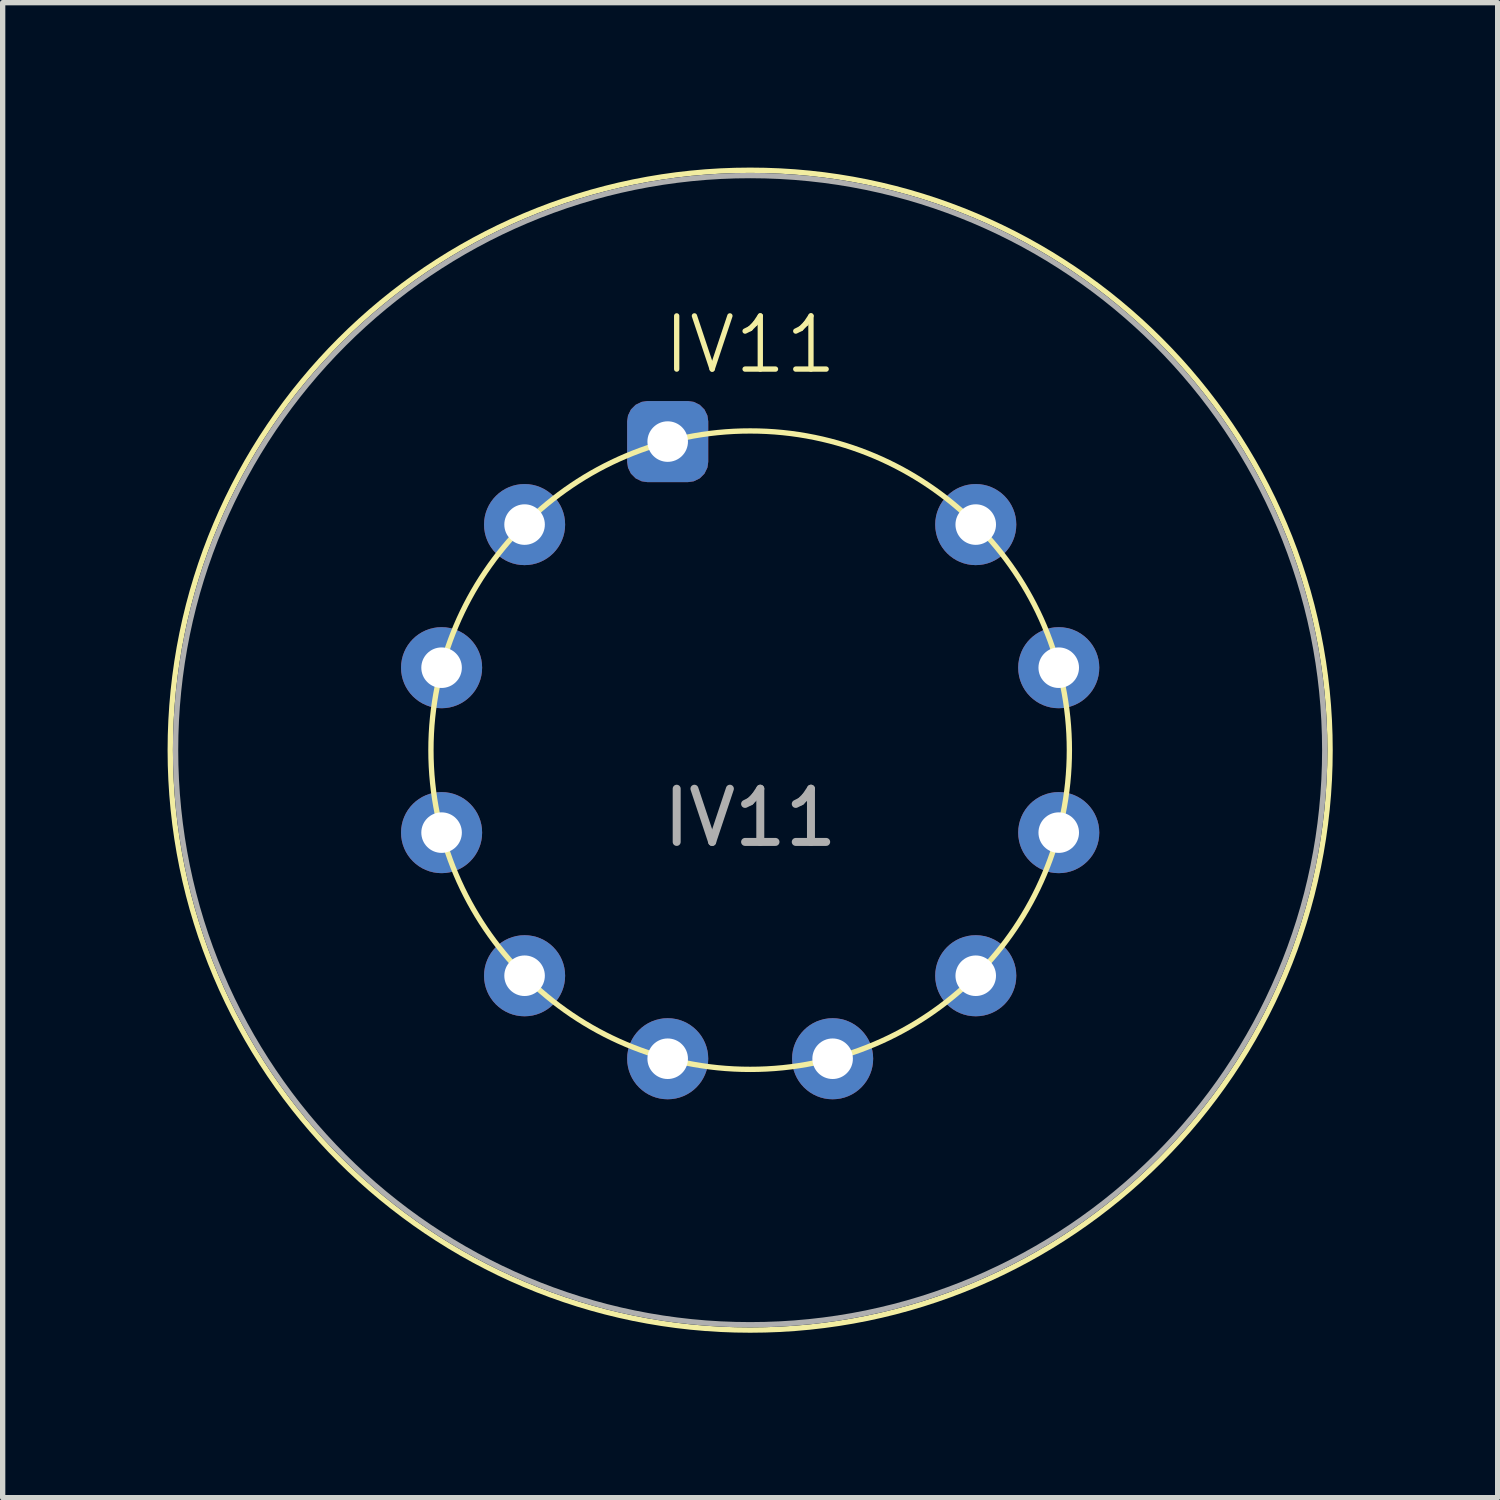
<source format=kicad_pcb>
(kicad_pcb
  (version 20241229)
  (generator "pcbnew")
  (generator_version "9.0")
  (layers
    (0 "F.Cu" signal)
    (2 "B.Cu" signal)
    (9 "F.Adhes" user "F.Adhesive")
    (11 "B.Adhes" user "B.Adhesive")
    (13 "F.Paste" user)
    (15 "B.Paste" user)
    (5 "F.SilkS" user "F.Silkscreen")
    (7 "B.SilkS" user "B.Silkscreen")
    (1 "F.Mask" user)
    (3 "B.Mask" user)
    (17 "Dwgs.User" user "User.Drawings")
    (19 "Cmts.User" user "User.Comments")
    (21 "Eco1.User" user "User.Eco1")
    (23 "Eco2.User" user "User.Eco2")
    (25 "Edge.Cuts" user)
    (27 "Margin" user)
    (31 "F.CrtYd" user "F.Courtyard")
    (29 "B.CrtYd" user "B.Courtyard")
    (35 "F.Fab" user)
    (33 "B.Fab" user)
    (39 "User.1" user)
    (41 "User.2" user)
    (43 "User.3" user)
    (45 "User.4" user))
  (footprint "IV11"
    (layer "F.Cu")
    (at 11.05 11.05)
    (property "Reference" "IV11" (at 0 -7.62 0) (unlocked yes) (layer "F.SilkS") (effects (font (size 1 1) (thickness 0.1))))
    (attr through_hole)
    (fp_circle (center 0 0) (end 6 0) (stroke (width 0.1) (type default)) (fill no) (layer "F.SilkS"))
    (fp_circle (center 0 0) (end 10.9 0) (stroke (width 0.1) (type default)) (fill no) (layer "F.SilkS"))
    (fp_circle (center 0 0) (end 0 0) (stroke (width 0.1) (type default)) (fill no) (layer "Margin"))
    (fp_circle (center 0 0) (end 11 0) (stroke (width 0.1) (type default)) (fill no) (layer "Margin"))
    (fp_circle (center 0 0) (end 10.8 0) (stroke (width 0.1) (type default)) (fill no) (layer "F.Fab"))
    (fp_text user "${REFERENCE}" (at 0 1.27 0) (unlocked yes) (layer "F.Fab") (effects (font (size 1 1) (thickness 0.15))))
    (pad "1" thru_hole roundrect (at -1.55 -5.8) (size 1.524 1.524) (drill 0.762) (layers "*.Cu" "*.Mask") (roundrect_rratio 0.25))
    (pad "2" thru_hole circle (at -4.24 -4.24) (size 1.524 1.524) (drill 0.762) (layers "*.Cu" "*.Mask"))
    (pad "3" thru_hole circle (at -5.8 -1.55) (size 1.524 1.524) (drill 0.762) (layers "*.Cu" "*.Mask"))
    (pad "4" thru_hole circle (at -5.8 1.55) (size 1.524 1.524) (drill 0.762) (layers "*.Cu" "*.Mask"))
    (pad "5" thru_hole circle (at -4.24 4.24) (size 1.524 1.524) (drill 0.762) (layers "*.Cu" "*.Mask"))
    (pad "6" thru_hole circle (at -1.55 5.8) (size 1.524 1.524) (drill 0.762) (layers "*.Cu" "*.Mask"))
    (pad "7" thru_hole circle (at 1.55 5.8) (size 1.524 1.524) (drill 0.762) (layers "*.Cu" "*.Mask"))
    (pad "8" thru_hole circle (at 4.24 4.24) (size 1.524 1.524) (drill 0.762) (layers "*.Cu" "*.Mask"))
    (pad "9" thru_hole circle (at 5.8 1.55) (size 1.524 1.524) (drill 0.762) (layers "*.Cu" "*.Mask"))
    (pad "10" thru_hole circle (at 5.8 -1.55) (size 1.524 1.524) (drill 0.762) (layers "*.Cu" "*.Mask"))
    (pad "11" thru_hole circle (at 4.24 -4.24) (size 1.524 1.524) (drill 0.762) (layers "*.Cu" "*.Mask")))
  (gr_rect
    (start -3 -3)
    (end 25.1 25.1)
    (stroke (width 0.1) (type default))
    (fill no)
    (layer "Edge.Cuts")))
</source>
